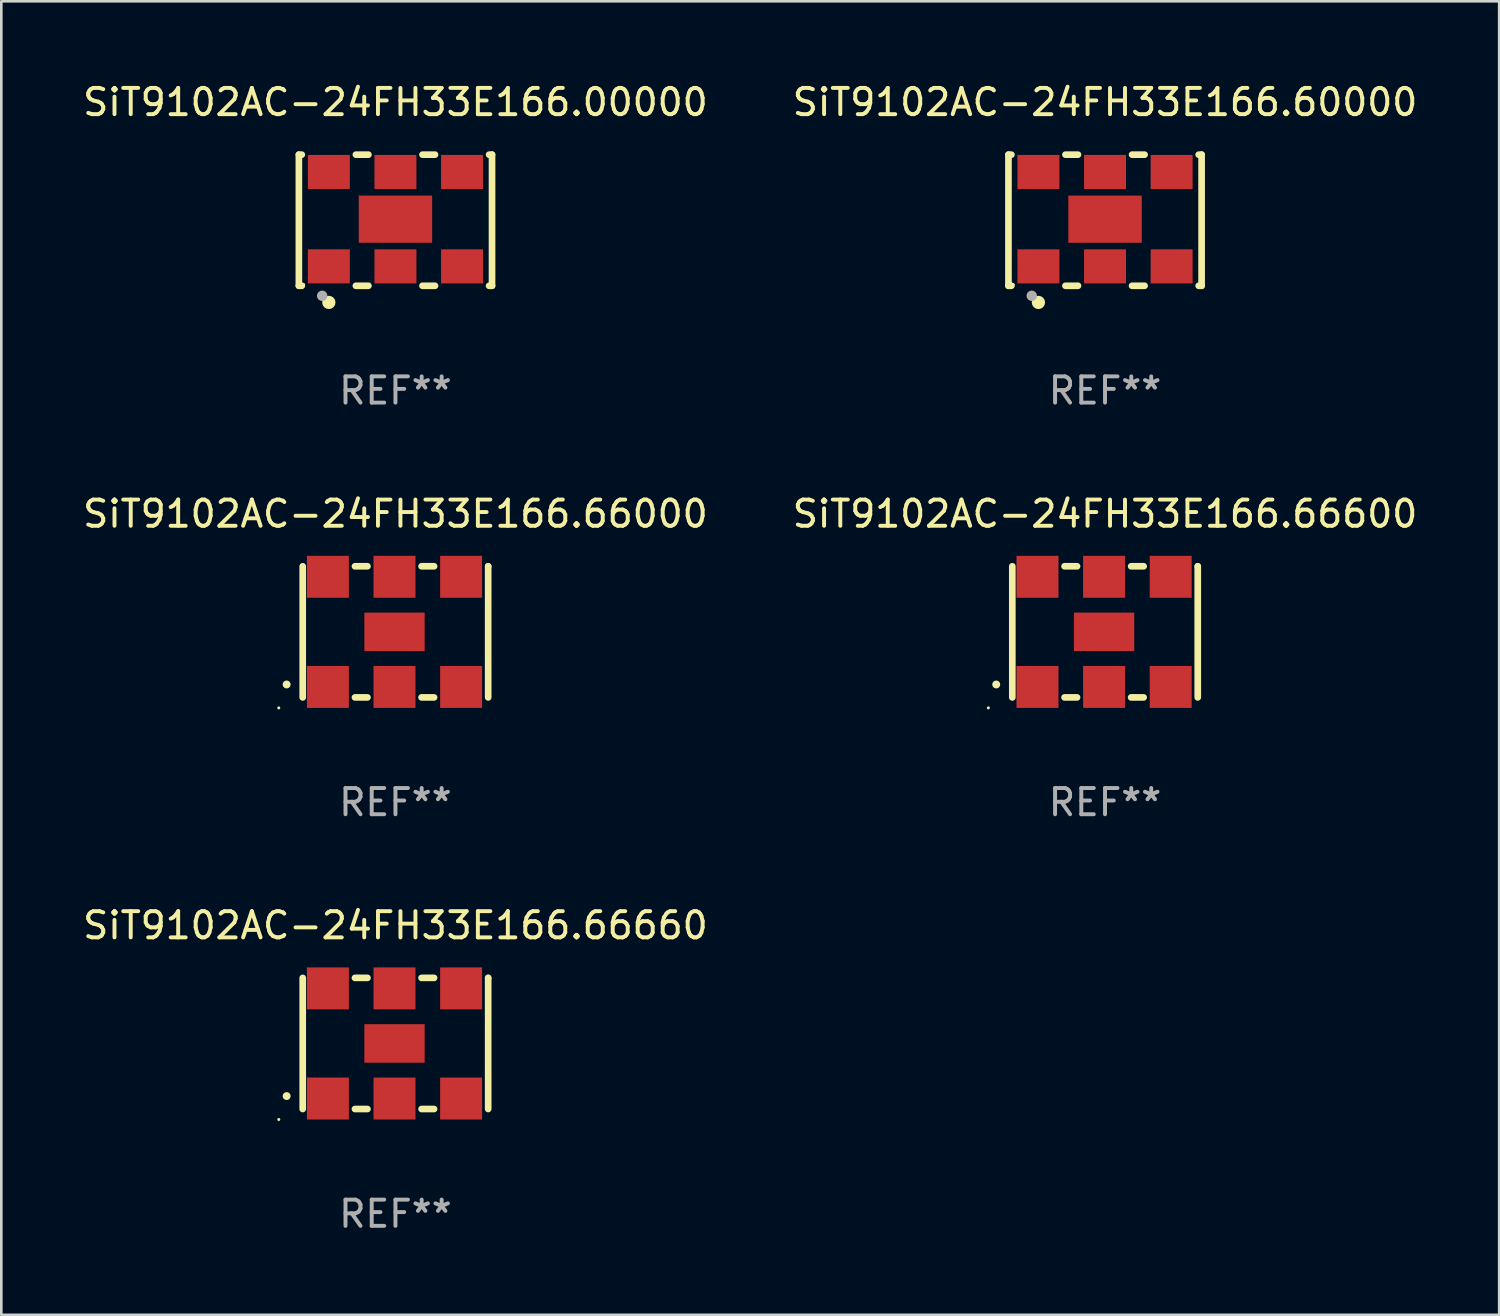
<source format=kicad_pcb>
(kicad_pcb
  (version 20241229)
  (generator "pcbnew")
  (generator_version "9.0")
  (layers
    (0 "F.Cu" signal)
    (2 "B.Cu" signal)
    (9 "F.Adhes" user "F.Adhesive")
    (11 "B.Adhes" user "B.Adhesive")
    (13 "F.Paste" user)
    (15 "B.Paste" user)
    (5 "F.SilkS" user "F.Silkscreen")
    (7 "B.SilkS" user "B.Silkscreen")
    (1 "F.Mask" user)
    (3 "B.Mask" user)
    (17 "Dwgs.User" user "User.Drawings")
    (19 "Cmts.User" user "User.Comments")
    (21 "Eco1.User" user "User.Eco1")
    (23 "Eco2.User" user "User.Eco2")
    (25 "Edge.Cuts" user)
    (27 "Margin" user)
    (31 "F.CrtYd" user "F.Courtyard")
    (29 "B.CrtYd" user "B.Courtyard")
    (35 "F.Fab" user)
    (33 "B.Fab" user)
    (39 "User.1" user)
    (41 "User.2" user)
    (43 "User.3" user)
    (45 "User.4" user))
  (footprint "SiT9102AC-24FH33E166.60000"
    (layer "F.Cu")
    (at 39.089 5.348)
    (property "Reference" "SiT9102AC-24FH33E166.60000" (at 0 -4.5 0) (layer "F.SilkS") (effects (font (size 1 1) (thickness 0.15))))
    (attr through_hole)
    (fp_line (start -3.683 -2.5) (end -3.571 -2.5) (stroke (width 0.254) (type solid)) (layer "F.SilkS"))
    (fp_line (start -3.683 2.5) (end -3.683 -2.5) (stroke (width 0.254) (type solid)) (layer "F.SilkS"))
    (fp_line (start -3.683 2.5) (end -3.571 2.5) (stroke (width 0.254) (type solid)) (layer "F.SilkS"))
    (fp_line (start -1.509 -2.5) (end -1.031 -2.5) (stroke (width 0.254) (type solid)) (layer "F.SilkS"))
    (fp_line (start -1.509 2.5) (end -1.031 2.5) (stroke (width 0.254) (type solid)) (layer "F.SilkS"))
    (fp_line (start 1.031 -2.5) (end 1.509 -2.5) (stroke (width 0.254) (type solid)) (layer "F.SilkS"))
    (fp_line (start 1.031 2.5) (end 1.509 2.5) (stroke (width 0.254) (type solid)) (layer "F.SilkS"))
    (fp_line (start 3.571 -2.5) (end 3.683 -2.5) (stroke (width 0.254) (type solid)) (layer "F.SilkS"))
    (fp_line (start 3.571 2.5) (end 3.683 2.5) (stroke (width 0.254) (type solid)) (layer "F.SilkS"))
    (fp_line (start 3.683 2.5) (end 3.683 -2.5) (stroke (width 0.254) (type solid)) (layer "F.SilkS"))
    (fp_circle (center -3.5 2.46) (end -3.47 2.46) (stroke (width 0.06) (type solid)) (fill no) (layer "F.SilkS"))
    (fp_circle (center -2.54 3.135) (end -2.413 3.135) (stroke (width 0.254) (type solid)) (fill no) (layer "F.SilkS"))
    (fp_circle (center -2.794 2.881) (end -2.694 2.881) (stroke (width 0.2) (type solid)) (fill no) (layer "F.Fab"))
    (fp_text user "REF**" (at 0 6.5 0) (layer "F.Fab") (effects (font (size 1 1) (thickness 0.15))))
    (pad "1" smd rect (at -2.54 1.76) (size 1.6 1.3) (layers "F.Cu" "F.Mask" "F.Paste"))
    (pad "2" smd rect (at 0 1.76) (size 1.6 1.3) (layers "F.Cu" "F.Mask" "F.Paste"))
    (pad "3" smd rect (at 2.54 1.76) (size 1.6 1.3) (layers "F.Cu" "F.Mask" "F.Paste"))
    (pad "4" smd rect (at 2.54 -1.84) (size 1.6 1.3) (layers "F.Cu" "F.Mask" "F.Paste"))
    (pad "5" smd rect (at 0 -1.84) (size 1.6 1.3) (layers "F.Cu" "F.Mask" "F.Paste"))
    (pad "6" smd rect (at -2.54 -1.84) (size 1.6 1.3) (layers "F.Cu" "F.Mask" "F.Paste"))
    (pad "7" smd rect (at 0 -0.04) (size 2.8 1.8) (layers "F.Cu" "F.Mask" "F.Paste")))
  (footprint "SiT9102AC-24FH33E166.66660"
    (layer "F.Cu")
    (at 12.03 36.741)
    (property "Reference" "SiT9102AC-24FH33E166.66660" (at 0 -4.5 0) (layer "F.SilkS") (effects (font (size 1 1) (thickness 0.15))))
    (attr through_hole)
    (fp_line (start -3.536 -2.5) (end -3.536 2.5) (stroke (width 0.254) (type solid)) (layer "F.SilkS"))
    (fp_line (start -1.544 2.5) (end -1.067 2.5) (stroke (width 0.254) (type solid)) (layer "F.SilkS"))
    (fp_line (start -1.067 -2.5) (end -1.544 -2.5) (stroke (width 0.254) (type solid)) (layer "F.SilkS"))
    (fp_line (start 0.996 2.5) (end 1.473 2.5) (stroke (width 0.254) (type solid)) (layer "F.SilkS"))
    (fp_line (start 1.473 -2.5) (end 0.996 -2.5) (stroke (width 0.254) (type solid)) (layer "F.SilkS"))
    (fp_line (start 3.536 -2.5) (end 3.536 -2.5) (stroke (width 0.254) (type solid)) (layer "F.SilkS"))
    (fp_line (start 3.536 2.5) (end 3.536 -2.5) (stroke (width 0.254) (type solid)) (layer "F.SilkS"))
    (fp_arc (start -4.150432 2.006604) (mid -4.149162 2.006599) (end -4.147892 2.006604) (stroke (width 0.3) (type solid)) (layer "F.SilkS"))
    (fp_circle (center -4.449 2.9) (end -4.419 2.9) (stroke (width 0.06) (type solid)) (fill no) (layer "F.SilkS"))
    (fp_text user "REF**" (at 0 6.5 0) (layer "F.Fab") (effects (font (size 1 1) (thickness 0.15))))
    (pad "1" smd rect (at -2.576 2.1) (size 1.6 1.6) (layers "F.Cu" "F.Mask" "F.Paste"))
    (pad "2" smd rect (at -0.036 2.1) (size 1.6 1.6) (layers "F.Cu" "F.Mask" "F.Paste"))
    (pad "3" smd rect (at 2.504 2.1) (size 1.6 1.6) (layers "F.Cu" "F.Mask" "F.Paste"))
    (pad "4" smd rect (at 2.504 -2.1) (size 1.6 1.6) (layers "F.Cu" "F.Mask" "F.Paste"))
    (pad "5" smd rect (at -0.036 -2.1) (size 1.6 1.6) (layers "F.Cu" "F.Mask" "F.Paste"))
    (pad "6" smd rect (at -2.576 -2.1) (size 1.6 1.6) (layers "F.Cu" "F.Mask" "F.Paste"))
    (pad "7" smd rect (at -0.036 0) (size 2.3 1.47) (layers "F.Cu" "F.Mask" "F.Paste")))
  (footprint "SiT9102AC-24FH33E166.66000"
    (layer "F.Cu")
    (at 12.03 21.045)
    (property "Reference" "SiT9102AC-24FH33E166.66000" (at 0 -4.5 0) (layer "F.SilkS") (effects (font (size 1 1) (thickness 0.15))))
    (attr through_hole)
    (fp_line (start -3.536 -2.5) (end -3.536 2.5) (stroke (width 0.254) (type solid)) (layer "F.SilkS"))
    (fp_line (start -1.544 2.5) (end -1.067 2.5) (stroke (width 0.254) (type solid)) (layer "F.SilkS"))
    (fp_line (start -1.067 -2.5) (end -1.544 -2.5) (stroke (width 0.254) (type solid)) (layer "F.SilkS"))
    (fp_line (start 0.996 2.5) (end 1.473 2.5) (stroke (width 0.254) (type solid)) (layer "F.SilkS"))
    (fp_line (start 1.473 -2.5) (end 0.996 -2.5) (stroke (width 0.254) (type solid)) (layer "F.SilkS"))
    (fp_line (start 3.536 -2.5) (end 3.536 -2.5) (stroke (width 0.254) (type solid)) (layer "F.SilkS"))
    (fp_line (start 3.536 2.5) (end 3.536 -2.5) (stroke (width 0.254) (type solid)) (layer "F.SilkS"))
    (fp_arc (start -4.150432 2.006604) (mid -4.149162 2.006599) (end -4.147892 2.006604) (stroke (width 0.3) (type solid)) (layer "F.SilkS"))
    (fp_circle (center -4.449 2.9) (end -4.419 2.9) (stroke (width 0.06) (type solid)) (fill no) (layer "F.SilkS"))
    (fp_text user "REF**" (at 0 6.5 0) (layer "F.Fab") (effects (font (size 1 1) (thickness 0.15))))
    (pad "1" smd rect (at -2.576 2.1) (size 1.6 1.6) (layers "F.Cu" "F.Mask" "F.Paste"))
    (pad "2" smd rect (at -0.036 2.1) (size 1.6 1.6) (layers "F.Cu" "F.Mask" "F.Paste"))
    (pad "3" smd rect (at 2.504 2.1) (size 1.6 1.6) (layers "F.Cu" "F.Mask" "F.Paste"))
    (pad "4" smd rect (at 2.504 -2.1) (size 1.6 1.6) (layers "F.Cu" "F.Mask" "F.Paste"))
    (pad "5" smd rect (at -0.036 -2.1) (size 1.6 1.6) (layers "F.Cu" "F.Mask" "F.Paste"))
    (pad "6" smd rect (at -2.576 -2.1) (size 1.6 1.6) (layers "F.Cu" "F.Mask" "F.Paste"))
    (pad "7" smd rect (at -0.036 0) (size 2.3 1.47) (layers "F.Cu" "F.Mask" "F.Paste")))
  (footprint "SiT9102AC-24FH33E166.00000"
    (layer "F.Cu")
    (at 12.03 5.348)
    (property "Reference" "SiT9102AC-24FH33E166.00000" (at 0 -4.5 0) (layer "F.SilkS") (effects (font (size 1 1) (thickness 0.15))))
    (attr through_hole)
    (fp_line (start -3.683 -2.5) (end -3.571 -2.5) (stroke (width 0.254) (type solid)) (layer "F.SilkS"))
    (fp_line (start -3.683 2.5) (end -3.683 -2.5) (stroke (width 0.254) (type solid)) (layer "F.SilkS"))
    (fp_line (start -3.683 2.5) (end -3.571 2.5) (stroke (width 0.254) (type solid)) (layer "F.SilkS"))
    (fp_line (start -1.509 -2.5) (end -1.031 -2.5) (stroke (width 0.254) (type solid)) (layer "F.SilkS"))
    (fp_line (start -1.509 2.5) (end -1.031 2.5) (stroke (width 0.254) (type solid)) (layer "F.SilkS"))
    (fp_line (start 1.031 -2.5) (end 1.509 -2.5) (stroke (width 0.254) (type solid)) (layer "F.SilkS"))
    (fp_line (start 1.031 2.5) (end 1.509 2.5) (stroke (width 0.254) (type solid)) (layer "F.SilkS"))
    (fp_line (start 3.571 -2.5) (end 3.683 -2.5) (stroke (width 0.254) (type solid)) (layer "F.SilkS"))
    (fp_line (start 3.571 2.5) (end 3.683 2.5) (stroke (width 0.254) (type solid)) (layer "F.SilkS"))
    (fp_line (start 3.683 2.5) (end 3.683 -2.5) (stroke (width 0.254) (type solid)) (layer "F.SilkS"))
    (fp_circle (center -3.5 2.46) (end -3.47 2.46) (stroke (width 0.06) (type solid)) (fill no) (layer "F.SilkS"))
    (fp_circle (center -2.54 3.135) (end -2.413 3.135) (stroke (width 0.254) (type solid)) (fill no) (layer "F.SilkS"))
    (fp_circle (center -2.794 2.881) (end -2.694 2.881) (stroke (width 0.2) (type solid)) (fill no) (layer "F.Fab"))
    (fp_text user "REF**" (at 0 6.5 0) (layer "F.Fab") (effects (font (size 1 1) (thickness 0.15))))
    (pad "1" smd rect (at -2.54 1.76) (size 1.6 1.3) (layers "F.Cu" "F.Mask" "F.Paste"))
    (pad "2" smd rect (at 0 1.76) (size 1.6 1.3) (layers "F.Cu" "F.Mask" "F.Paste"))
    (pad "3" smd rect (at 2.54 1.76) (size 1.6 1.3) (layers "F.Cu" "F.Mask" "F.Paste"))
    (pad "4" smd rect (at 2.54 -1.84) (size 1.6 1.3) (layers "F.Cu" "F.Mask" "F.Paste"))
    (pad "5" smd rect (at 0 -1.84) (size 1.6 1.3) (layers "F.Cu" "F.Mask" "F.Paste"))
    (pad "6" smd rect (at -2.54 -1.84) (size 1.6 1.3) (layers "F.Cu" "F.Mask" "F.Paste"))
    (pad "7" smd rect (at 0 -0.04) (size 2.8 1.8) (layers "F.Cu" "F.Mask" "F.Paste")))
  (footprint "SiT9102AC-24FH33E166.66600"
    (layer "F.Cu")
    (at 39.089 21.045)
    (property "Reference" "SiT9102AC-24FH33E166.66600" (at 0 -4.5 0) (layer "F.SilkS") (effects (font (size 1 1) (thickness 0.15))))
    (attr through_hole)
    (fp_line (start -3.536 -2.5) (end -3.536 2.5) (stroke (width 0.254) (type solid)) (layer "F.SilkS"))
    (fp_line (start -1.544 2.5) (end -1.067 2.5) (stroke (width 0.254) (type solid)) (layer "F.SilkS"))
    (fp_line (start -1.067 -2.5) (end -1.544 -2.5) (stroke (width 0.254) (type solid)) (layer "F.SilkS"))
    (fp_line (start 0.996 2.5) (end 1.473 2.5) (stroke (width 0.254) (type solid)) (layer "F.SilkS"))
    (fp_line (start 1.473 -2.5) (end 0.996 -2.5) (stroke (width 0.254) (type solid)) (layer "F.SilkS"))
    (fp_line (start 3.536 -2.5) (end 3.536 -2.5) (stroke (width 0.254) (type solid)) (layer "F.SilkS"))
    (fp_line (start 3.536 2.5) (end 3.536 -2.5) (stroke (width 0.254) (type solid)) (layer "F.SilkS"))
    (fp_arc (start -4.150432 2.006604) (mid -4.149162 2.006599) (end -4.147892 2.006604) (stroke (width 0.3) (type solid)) (layer "F.SilkS"))
    (fp_circle (center -4.449 2.9) (end -4.419 2.9) (stroke (width 0.06) (type solid)) (fill no) (layer "F.SilkS"))
    (fp_text user "REF**" (at 0 6.5 0) (layer "F.Fab") (effects (font (size 1 1) (thickness 0.15))))
    (pad "1" smd rect (at -2.576 2.1) (size 1.6 1.6) (layers "F.Cu" "F.Mask" "F.Paste"))
    (pad "2" smd rect (at -0.036 2.1) (size 1.6 1.6) (layers "F.Cu" "F.Mask" "F.Paste"))
    (pad "3" smd rect (at 2.504 2.1) (size 1.6 1.6) (layers "F.Cu" "F.Mask" "F.Paste"))
    (pad "4" smd rect (at 2.504 -2.1) (size 1.6 1.6) (layers "F.Cu" "F.Mask" "F.Paste"))
    (pad "5" smd rect (at -0.036 -2.1) (size 1.6 1.6) (layers "F.Cu" "F.Mask" "F.Paste"))
    (pad "6" smd rect (at -2.576 -2.1) (size 1.6 1.6) (layers "F.Cu" "F.Mask" "F.Paste"))
    (pad "7" smd rect (at -0.036 0) (size 2.3 1.47) (layers "F.Cu" "F.Mask" "F.Paste")))
  (gr_rect
    (start -3 -3)
    (end 54.119 47.09)
    (stroke (width 0.1) (type default))
    (fill no)
    (layer "Edge.Cuts")))
</source>
